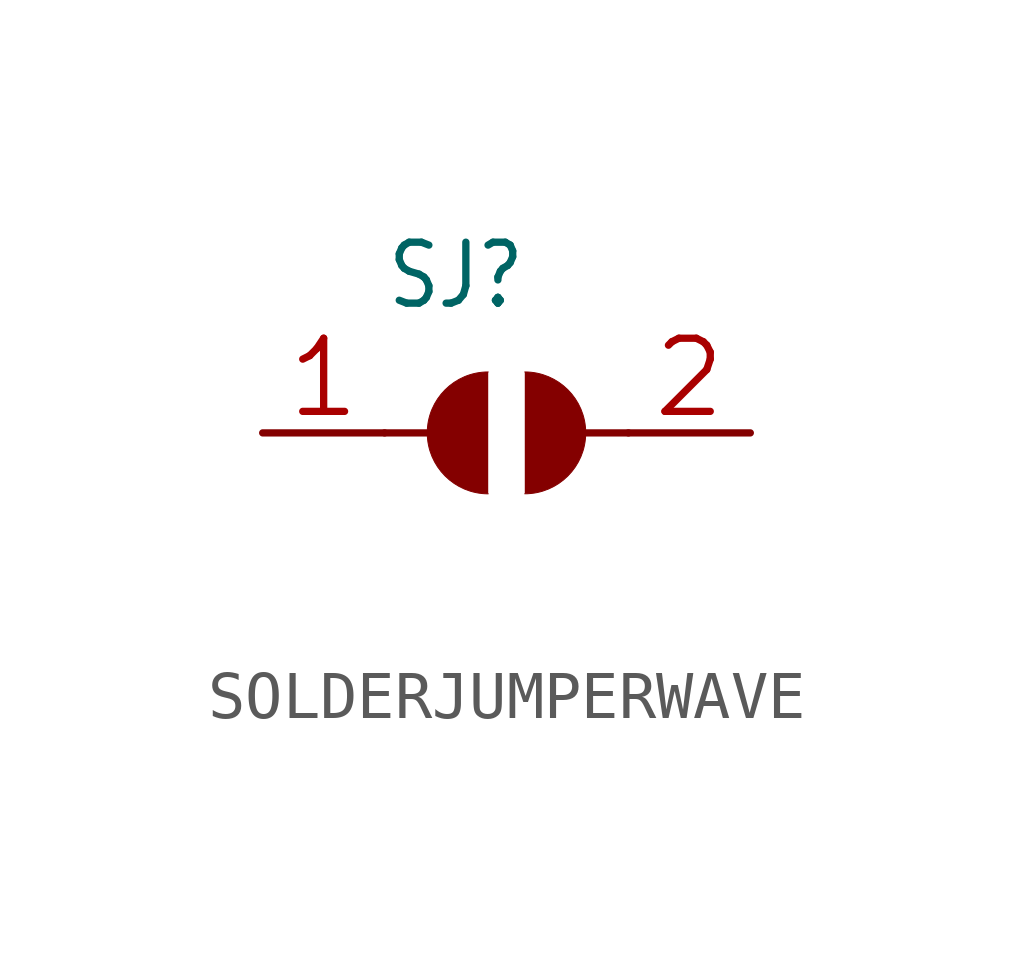
<source format=kicad_sym>
(kicad_symbol_lib
  (version 20241209)
  (generator "kicad_symbol_editor")
  (generator_version "9.0")
  (symbol "SOLDERJUMPERWAVE"
    (property "Reference" "SJ"
      (at -2.54 2.54 0)
      (effects (font (size 1.27 1.079)) (justify left bottom)))
    (property "Value" ""
      (at -2.54 -3.81 0)
      (effects (font (size 1.27 1.079)) (justify left bottom)))
    (property "ki_locked" ""
      (at 0 0 0)
      (effects (font (size 1.27 1.27))))
    (symbol "SOLDERJUMPERWAVE_1_0"
      (polyline (pts (xy -2.54 0) (xy -1.651 0)) (stroke (width 0.152) (type solid)) (fill (type none)))
      (arc (start -0.381 -1.27) (mid -1.651 0) (end -0.381 1.27) (stroke (width 0.0001) (type solid)) (fill (type outline)))
      (arc (start 0.381 1.27) (mid 1.651 0) (end 0.381 -1.27) (stroke (width 0.0001) (type solid)) (fill (type outline)))
      (polyline (pts (xy 2.54 0) (xy 1.651 0)) (stroke (width 0.152) (type solid)) (fill (type none)))
      (pin passive line (at -5.08 0 0) (length 2.54) (name "1" (effects (font (size 0 0)))) (number "1" (effects (font (size 1.524 1.524)))))
      (pin passive line (at 5.08 0 180) (length 2.54) (name "2" (effects (font (size 0 0)))) (number "2" (effects (font (size 1.524 1.524))))))))
</source>
